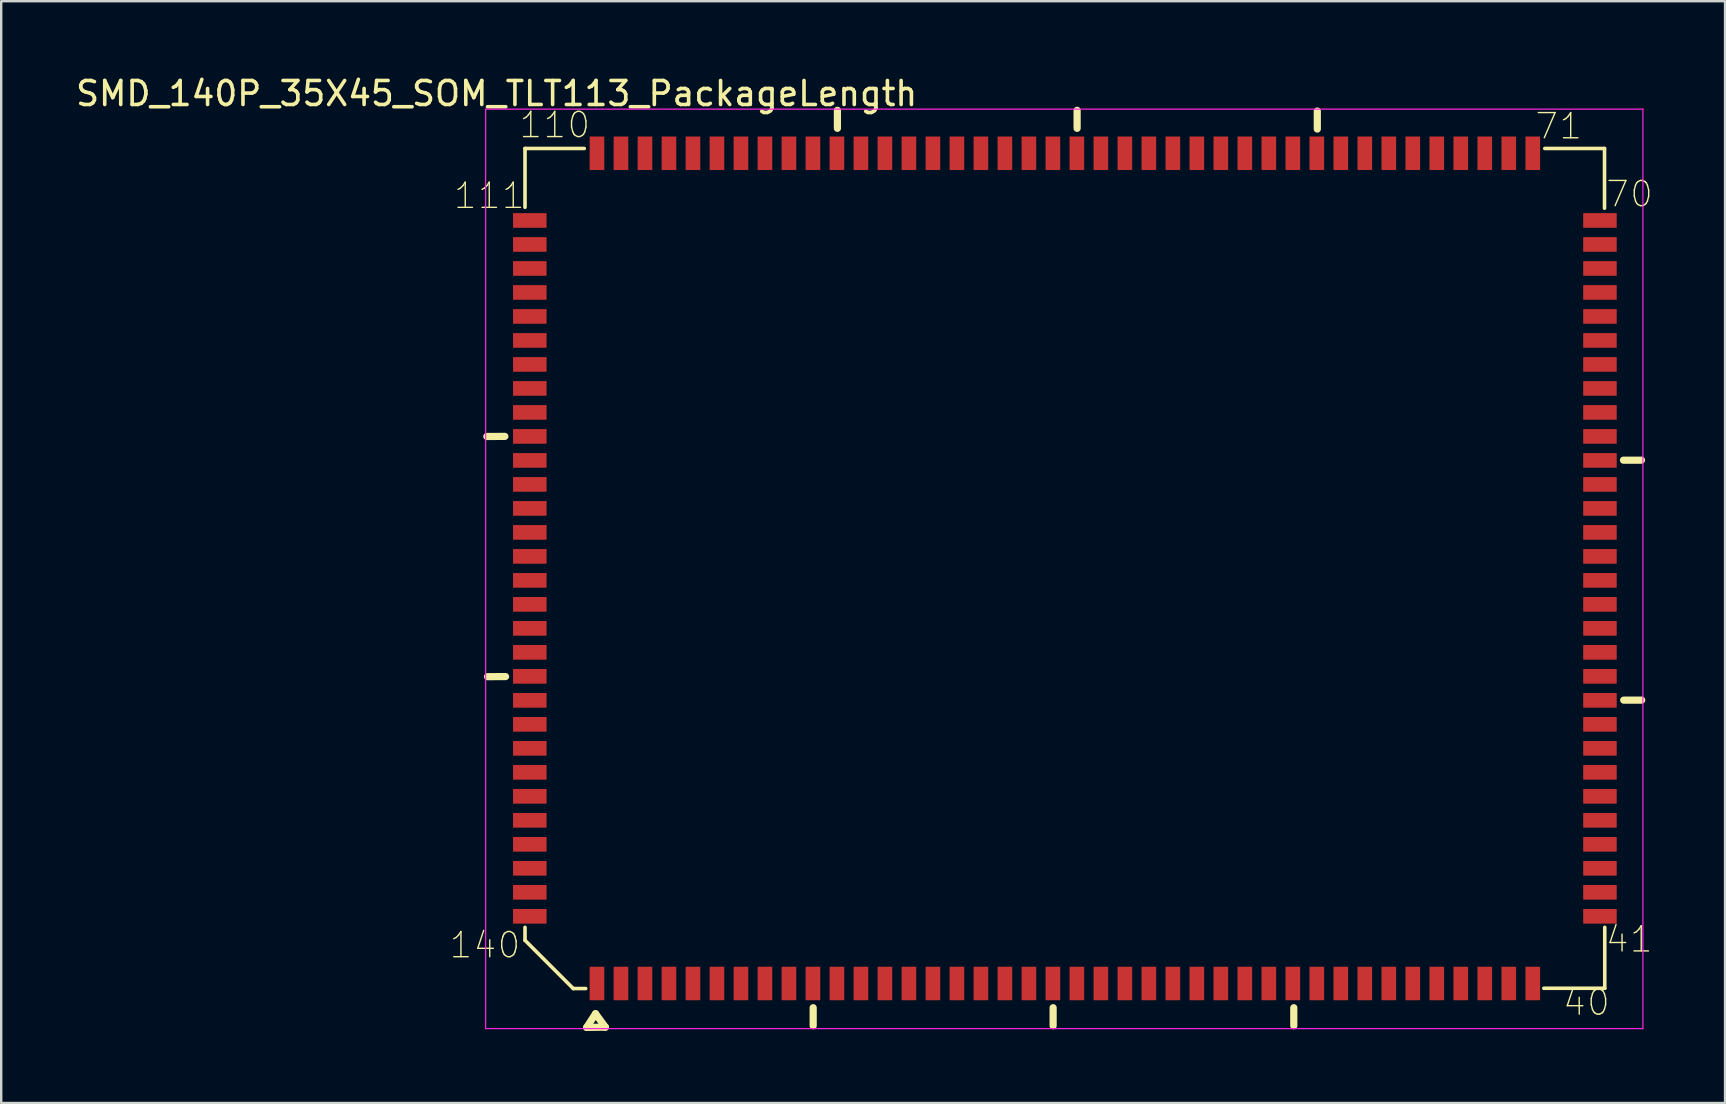
<source format=kicad_pcb>
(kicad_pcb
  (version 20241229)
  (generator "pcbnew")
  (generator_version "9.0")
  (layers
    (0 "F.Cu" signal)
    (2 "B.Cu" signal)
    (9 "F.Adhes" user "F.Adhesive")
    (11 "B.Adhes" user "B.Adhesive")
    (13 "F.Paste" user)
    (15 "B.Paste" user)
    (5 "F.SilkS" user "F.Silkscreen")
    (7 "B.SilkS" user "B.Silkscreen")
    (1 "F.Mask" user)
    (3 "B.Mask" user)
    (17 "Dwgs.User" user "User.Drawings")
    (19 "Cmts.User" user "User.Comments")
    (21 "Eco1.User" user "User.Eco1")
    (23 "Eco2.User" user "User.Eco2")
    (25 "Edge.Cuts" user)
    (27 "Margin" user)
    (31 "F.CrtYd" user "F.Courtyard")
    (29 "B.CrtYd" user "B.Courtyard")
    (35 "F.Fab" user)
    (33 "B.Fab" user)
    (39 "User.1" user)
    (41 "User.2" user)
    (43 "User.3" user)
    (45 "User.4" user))
  (footprint "SMD_140P_35X45_SOM_TLT113_PackageLength"
    (layer "F.Cu")
    (at 41.33 20.638)
    (property "Reference" "SMD_140P_35X45_SOM_TLT113_PackageLength" (at -23.682 -19.789 0) (layer "F.SilkS") (effects (font (size 1 1) (thickness 0.15))))
    (attr through_hole)
    (fp_line (start -24.09 -5.497) (end -23.34 -5.501) (stroke (width 0.3) (type solid)) (layer "F.SilkS"))
    (fp_line (start -24.06 4.513) (end -23.31 4.509) (stroke (width 0.3) (type solid)) (layer "F.SilkS"))
    (fp_line (start -22.5 -17.5) (end -20.03 -17.5) (stroke (width 0.15) (type solid)) (layer "F.SilkS"))
    (fp_line (start -22.5 -15.05) (end -22.5 -17.5) (stroke (width 0.15) (type solid)) (layer "F.SilkS"))
    (fp_line (start -22.5 15.5) (end -22.5 14.96) (stroke (width 0.15) (type solid)) (layer "F.SilkS"))
    (fp_line (start -22.5 15.5) (end -20.49 17.51) (stroke (width 0.15) (type solid)) (layer "F.SilkS"))
    (fp_line (start -20.49 17.51) (end -19.97 17.51) (stroke (width 0.15) (type solid)) (layer "F.SilkS"))
    (fp_line (start -19.93 19.13) (end -19.56 18.56) (stroke (width 0.3) (type solid)) (layer "F.SilkS"))
    (fp_line (start -19.93 19.13) (end -19.15 19.12) (stroke (width 0.3) (type solid)) (layer "F.SilkS"))
    (fp_line (start -19.56 18.56) (end -19.15 19.12) (stroke (width 0.3) (type solid)) (layer "F.SilkS"))
    (fp_line (start -10.49 19.06) (end -10.49 18.31) (stroke (width 0.3) (type solid)) (layer "F.SilkS"))
    (fp_line (start -9.48 -18.34) (end -9.48 -19.09) (stroke (width 0.3) (type solid)) (layer "F.SilkS"))
    (fp_line (start -0.49 19.06) (end -0.49 18.31) (stroke (width 0.3) (type solid)) (layer "F.SilkS"))
    (fp_line (start 0.51 -18.34) (end 0.51 -19.09) (stroke (width 0.3) (type solid)) (layer "F.SilkS"))
    (fp_line (start 9.54 19.06) (end 9.54 18.31) (stroke (width 0.3) (type solid)) (layer "F.SilkS"))
    (fp_line (start 10.52 -18.31) (end 10.52 -19.06) (stroke (width 0.3) (type solid)) (layer "F.SilkS"))
    (fp_line (start 19.96 17.5) (end 22.5 17.5) (stroke (width 0.15) (type solid)) (layer "F.SilkS"))
    (fp_line (start 20 -17.5) (end 22.49 -17.5) (stroke (width 0.15) (type solid)) (layer "F.SilkS"))
    (fp_line (start 22.49 -15.01) (end 22.49 -17.5) (stroke (width 0.15) (type solid)) (layer "F.SilkS"))
    (fp_line (start 22.5 17.5) (end 22.5 14.96) (stroke (width 0.15) (type solid)) (layer "F.SilkS"))
    (fp_line (start 23.28 -4.509) (end 24.03 -4.51) (stroke (width 0.3) (type solid)) (layer "F.SilkS"))
    (fp_line (start 23.29 5.491) (end 24.04 5.49) (stroke (width 0.3) (type solid)) (layer "F.SilkS"))
    (fp_line (start -24.14 -19.14) (end 24.09 -19.14) (stroke (width 0.05) (type solid)) (layer "F.CrtYd"))
    (fp_line (start -24.14 19.18) (end -24.14 -19.14) (stroke (width 0.05) (type solid)) (layer "F.CrtYd"))
    (fp_line (start 24.09 -19.14) (end 24.09 19.18) (stroke (width 0.05) (type solid)) (layer "F.CrtYd"))
    (fp_line (start 24.09 19.18) (end -24.14 19.18) (stroke (width 0.05) (type solid)) (layer "F.CrtYd"))
    (fp_text user "71" (at 20.58 -18.43 0) (layer "F.SilkS") (effects (font (size 1.05 1.05) (thickness 0.058))))
    (fp_text user "41" (at 23.52 15.46 0) (layer "F.SilkS") (effects (font (size 1.05 1.05) (thickness 0.058))))
    (fp_text user "111" (at -23.99 -15.53 0) (layer "F.SilkS") (effects (font (size 1.05 1.05) (thickness 0.058))))
    (fp_text user "140" (at -24.17 15.7 0) (layer "F.SilkS") (effects (font (size 1.05 1.05) (thickness 0.058))))
    (fp_text user "40" (at 21.736 18.094 0) (layer "F.SilkS") (effects (font (size 1.05 1.05) (thickness 0.058))))
    (fp_text user "110" (at -21.26 -18.48 0) (layer "F.SilkS") (effects (font (size 1.05 1.05) (thickness 0.058))))
    (fp_text user "70" (at 23.53 -15.6 0) (layer "F.SilkS") (effects (font (size 1.05 1.05) (thickness 0.058))))
    (pad "1" smd rect (at -19.5 17.3) (size 0.61 1.397) (layers "F.Cu" "F.Mask" "F.Paste"))
    (pad "2" smd rect (at -18.5 17.3) (size 0.61 1.397) (layers "F.Cu" "F.Mask" "F.Paste"))
    (pad "3" smd rect (at -17.5 17.3) (size 0.61 1.397) (layers "F.Cu" "F.Mask" "F.Paste"))
    (pad "4" smd rect (at -16.5 17.3) (size 0.61 1.397) (layers "F.Cu" "F.Mask" "F.Paste"))
    (pad "5" smd rect (at -15.5 17.3) (size 0.61 1.397) (layers "F.Cu" "F.Mask" "F.Paste"))
    (pad "6" smd rect (at -14.5 17.3) (size 0.61 1.397) (layers "F.Cu" "F.Mask" "F.Paste"))
    (pad "7" smd rect (at -13.5 17.3) (size 0.61 1.397) (layers "F.Cu" "F.Mask" "F.Paste"))
    (pad "8" smd rect (at -12.5 17.3) (size 0.61 1.397) (layers "F.Cu" "F.Mask" "F.Paste"))
    (pad "9" smd rect (at -11.5 17.3) (size 0.61 1.397) (layers "F.Cu" "F.Mask" "F.Paste"))
    (pad "10" smd rect (at -10.5 17.3) (size 0.61 1.397) (layers "F.Cu" "F.Mask" "F.Paste"))
    (pad "11" smd rect (at -9.5 17.3) (size 0.61 1.397) (layers "F.Cu" "F.Mask" "F.Paste"))
    (pad "12" smd rect (at -8.5 17.3) (size 0.61 1.397) (layers "F.Cu" "F.Mask" "F.Paste"))
    (pad "13" smd rect (at -7.5 17.3) (size 0.61 1.397) (layers "F.Cu" "F.Mask" "F.Paste"))
    (pad "14" smd rect (at -6.5 17.3) (size 0.61 1.397) (layers "F.Cu" "F.Mask" "F.Paste"))
    (pad "15" smd rect (at -5.5 17.3) (size 0.61 1.397) (layers "F.Cu" "F.Mask" "F.Paste"))
    (pad "16" smd rect (at -4.5 17.3) (size 0.61 1.397) (layers "F.Cu" "F.Mask" "F.Paste"))
    (pad "17" smd rect (at -3.5 17.3) (size 0.61 1.397) (layers "F.Cu" "F.Mask" "F.Paste"))
    (pad "18" smd rect (at -2.5 17.3) (size 0.61 1.397) (layers "F.Cu" "F.Mask" "F.Paste"))
    (pad "19" smd rect (at -1.5 17.3) (size 0.61 1.397) (layers "F.Cu" "F.Mask" "F.Paste"))
    (pad "20" smd rect (at -0.5 17.3) (size 0.61 1.397) (layers "F.Cu" "F.Mask" "F.Paste"))
    (pad "21" smd rect (at 0.5 17.3) (size 0.61 1.397) (layers "F.Cu" "F.Mask" "F.Paste"))
    (pad "22" smd rect (at 1.5 17.3) (size 0.61 1.397) (layers "F.Cu" "F.Mask" "F.Paste"))
    (pad "23" smd rect (at 2.5 17.3) (size 0.61 1.397) (layers "F.Cu" "F.Mask" "F.Paste"))
    (pad "24" smd rect (at 3.5 17.3) (size 0.61 1.397) (layers "F.Cu" "F.Mask" "F.Paste"))
    (pad "25" smd rect (at 4.5 17.3) (size 0.61 1.397) (layers "F.Cu" "F.Mask" "F.Paste"))
    (pad "26" smd rect (at 5.5 17.3) (size 0.61 1.397) (layers "F.Cu" "F.Mask" "F.Paste"))
    (pad "27" smd rect (at 6.5 17.3) (size 0.61 1.397) (layers "F.Cu" "F.Mask" "F.Paste"))
    (pad "28" smd rect (at 7.5 17.3) (size 0.61 1.397) (layers "F.Cu" "F.Mask" "F.Paste"))
    (pad "29" smd rect (at 8.5 17.3) (size 0.61 1.397) (layers "F.Cu" "F.Mask" "F.Paste"))
    (pad "30" smd rect (at 9.5 17.3) (size 0.61 1.397) (layers "F.Cu" "F.Mask" "F.Paste"))
    (pad "31" smd rect (at 10.5 17.3) (size 0.61 1.397) (layers "F.Cu" "F.Mask" "F.Paste"))
    (pad "32" smd rect (at 11.5 17.3) (size 0.61 1.397) (layers "F.Cu" "F.Mask" "F.Paste"))
    (pad "33" smd rect (at 12.5 17.3) (size 0.61 1.397) (layers "F.Cu" "F.Mask" "F.Paste"))
    (pad "34" smd rect (at 13.5 17.3) (size 0.61 1.397) (layers "F.Cu" "F.Mask" "F.Paste"))
    (pad "35" smd rect (at 14.5 17.3) (size 0.61 1.397) (layers "F.Cu" "F.Mask" "F.Paste"))
    (pad "36" smd rect (at 15.5 17.3) (size 0.61 1.397) (layers "F.Cu" "F.Mask" "F.Paste"))
    (pad "37" smd rect (at 16.5 17.3) (size 0.61 1.397) (layers "F.Cu" "F.Mask" "F.Paste"))
    (pad "38" smd rect (at 17.5 17.3) (size 0.61 1.397) (layers "F.Cu" "F.Mask" "F.Paste"))
    (pad "39" smd rect (at 18.5 17.3) (size 0.61 1.397) (layers "F.Cu" "F.Mask" "F.Paste"))
    (pad "40" smd rect (at 19.5 17.3) (size 0.61 1.397) (layers "F.Cu" "F.Mask" "F.Paste"))
    (pad "41" smd rect (at 22.3 14.5) (size 1.397 0.61) (layers "F.Cu" "F.Mask" "F.Paste"))
    (pad "42" smd rect (at 22.3 13.5) (size 1.397 0.61) (layers "F.Cu" "F.Mask" "F.Paste"))
    (pad "43" smd rect (at 22.3 12.5) (size 1.397 0.61) (layers "F.Cu" "F.Mask" "F.Paste"))
    (pad "44" smd rect (at 22.3 11.5) (size 1.397 0.61) (layers "F.Cu" "F.Mask" "F.Paste"))
    (pad "45" smd rect (at 22.3 10.5) (size 1.397 0.61) (layers "F.Cu" "F.Mask" "F.Paste"))
    (pad "46" smd rect (at 22.3 9.5) (size 1.397 0.61) (layers "F.Cu" "F.Mask" "F.Paste"))
    (pad "47" smd rect (at 22.3 8.5) (size 1.397 0.61) (layers "F.Cu" "F.Mask" "F.Paste"))
    (pad "48" smd rect (at 22.3 7.5) (size 1.397 0.61) (layers "F.Cu" "F.Mask" "F.Paste"))
    (pad "49" smd rect (at 22.3 6.5) (size 1.397 0.61) (layers "F.Cu" "F.Mask" "F.Paste"))
    (pad "50" smd rect (at 22.3 5.5) (size 1.397 0.61) (layers "F.Cu" "F.Mask" "F.Paste"))
    (pad "51" smd rect (at 22.3 4.5) (size 1.397 0.61) (layers "F.Cu" "F.Mask" "F.Paste"))
    (pad "52" smd rect (at 22.3 3.5) (size 1.397 0.61) (layers "F.Cu" "F.Mask" "F.Paste"))
    (pad "53" smd rect (at 22.3 2.5) (size 1.397 0.61) (layers "F.Cu" "F.Mask" "F.Paste"))
    (pad "54" smd rect (at 22.3 1.5) (size 1.397 0.61) (layers "F.Cu" "F.Mask" "F.Paste"))
    (pad "55" smd rect (at 22.3 0.5) (size 1.397 0.61) (layers "F.Cu" "F.Mask" "F.Paste"))
    (pad "56" smd rect (at 22.3 -0.5) (size 1.397 0.61) (layers "F.Cu" "F.Mask" "F.Paste"))
    (pad "57" smd rect (at 22.3 -1.5) (size 1.397 0.61) (layers "F.Cu" "F.Mask" "F.Paste"))
    (pad "58" smd rect (at 22.3 -2.5) (size 1.397 0.61) (layers "F.Cu" "F.Mask" "F.Paste"))
    (pad "59" smd rect (at 22.3 -3.5) (size 1.397 0.61) (layers "F.Cu" "F.Mask" "F.Paste"))
    (pad "60" smd rect (at 22.3 -4.5) (size 1.397 0.61) (layers "F.Cu" "F.Mask" "F.Paste"))
    (pad "61" smd rect (at 22.3 -5.5) (size 1.397 0.61) (layers "F.Cu" "F.Mask" "F.Paste"))
    (pad "62" smd rect (at 22.3 -6.5) (size 1.397 0.61) (layers "F.Cu" "F.Mask" "F.Paste"))
    (pad "63" smd rect (at 22.3 -7.5) (size 1.397 0.61) (layers "F.Cu" "F.Mask" "F.Paste"))
    (pad "64" smd rect (at 22.3 -8.5) (size 1.397 0.61) (layers "F.Cu" "F.Mask" "F.Paste"))
    (pad "65" smd rect (at 22.3 -9.5) (size 1.397 0.61) (layers "F.Cu" "F.Mask" "F.Paste"))
    (pad "66" smd rect (at 22.3 -10.5) (size 1.397 0.61) (layers "F.Cu" "F.Mask" "F.Paste"))
    (pad "67" smd rect (at 22.3 -11.5) (size 1.397 0.61) (layers "F.Cu" "F.Mask" "F.Paste"))
    (pad "68" smd rect (at 22.3 -12.5) (size 1.397 0.61) (layers "F.Cu" "F.Mask" "F.Paste"))
    (pad "69" smd rect (at 22.3 -13.5) (size 1.397 0.61) (layers "F.Cu" "F.Mask" "F.Paste"))
    (pad "70" smd rect (at 22.3 -14.5) (size 1.397 0.61) (layers "F.Cu" "F.Mask" "F.Paste"))
    (pad "71" smd rect (at 19.5 -17.3) (size 0.61 1.397) (layers "F.Cu" "F.Mask" "F.Paste"))
    (pad "72" smd rect (at 18.5 -17.3) (size 0.61 1.397) (layers "F.Cu" "F.Mask" "F.Paste"))
    (pad "73" smd rect (at 17.5 -17.3) (size 0.61 1.397) (layers "F.Cu" "F.Mask" "F.Paste"))
    (pad "74" smd rect (at 16.5 -17.3) (size 0.61 1.397) (layers "F.Cu" "F.Mask" "F.Paste"))
    (pad "75" smd rect (at 15.5 -17.3) (size 0.61 1.397) (layers "F.Cu" "F.Mask" "F.Paste"))
    (pad "76" smd rect (at 14.5 -17.3) (size 0.61 1.397) (layers "F.Cu" "F.Mask" "F.Paste"))
    (pad "77" smd rect (at 13.5 -17.3) (size 0.61 1.397) (layers "F.Cu" "F.Mask" "F.Paste"))
    (pad "78" smd rect (at 12.5 -17.3) (size 0.61 1.397) (layers "F.Cu" "F.Mask" "F.Paste"))
    (pad "79" smd rect (at 11.5 -17.3) (size 0.61 1.397) (layers "F.Cu" "F.Mask" "F.Paste"))
    (pad "80" smd rect (at 10.5 -17.3) (size 0.61 1.397) (layers "F.Cu" "F.Mask" "F.Paste"))
    (pad "81" smd rect (at 9.5 -17.3) (size 0.61 1.397) (layers "F.Cu" "F.Mask" "F.Paste"))
    (pad "82" smd rect (at 8.5 -17.3) (size 0.61 1.397) (layers "F.Cu" "F.Mask" "F.Paste"))
    (pad "83" smd rect (at 7.5 -17.3) (size 0.61 1.397) (layers "F.Cu" "F.Mask" "F.Paste"))
    (pad "84" smd rect (at 6.5 -17.3) (size 0.61 1.397) (layers "F.Cu" "F.Mask" "F.Paste"))
    (pad "85" smd rect (at 5.5 -17.3) (size 0.61 1.397) (layers "F.Cu" "F.Mask" "F.Paste"))
    (pad "86" smd rect (at 4.5 -17.3) (size 0.61 1.397) (layers "F.Cu" "F.Mask" "F.Paste"))
    (pad "87" smd rect (at 3.5 -17.3) (size 0.61 1.397) (layers "F.Cu" "F.Mask" "F.Paste"))
    (pad "88" smd rect (at 2.5 -17.3) (size 0.61 1.397) (layers "F.Cu" "F.Mask" "F.Paste"))
    (pad "89" smd rect (at 1.5 -17.3) (size 0.61 1.397) (layers "F.Cu" "F.Mask" "F.Paste"))
    (pad "90" smd rect (at 0.5 -17.3) (size 0.61 1.397) (layers "F.Cu" "F.Mask" "F.Paste"))
    (pad "91" smd rect (at -0.5 -17.3) (size 0.61 1.397) (layers "F.Cu" "F.Mask" "F.Paste"))
    (pad "92" smd rect (at -1.5 -17.3) (size 0.61 1.397) (layers "F.Cu" "F.Mask" "F.Paste"))
    (pad "93" smd rect (at -2.5 -17.3) (size 0.61 1.397) (layers "F.Cu" "F.Mask" "F.Paste"))
    (pad "94" smd rect (at -3.5 -17.3) (size 0.61 1.397) (layers "F.Cu" "F.Mask" "F.Paste"))
    (pad "95" smd rect (at -4.5 -17.3) (size 0.61 1.397) (layers "F.Cu" "F.Mask" "F.Paste"))
    (pad "96" smd rect (at -5.5 -17.3) (size 0.61 1.397) (layers "F.Cu" "F.Mask" "F.Paste"))
    (pad "97" smd rect (at -6.5 -17.3) (size 0.61 1.397) (layers "F.Cu" "F.Mask" "F.Paste"))
    (pad "98" smd rect (at -7.5 -17.3) (size 0.61 1.397) (layers "F.Cu" "F.Mask" "F.Paste"))
    (pad "99" smd rect (at -8.5 -17.3) (size 0.61 1.397) (layers "F.Cu" "F.Mask" "F.Paste"))
    (pad "100" smd rect (at -9.5 -17.3) (size 0.61 1.397) (layers "F.Cu" "F.Mask" "F.Paste"))
    (pad "101" smd rect (at -10.5 -17.3) (size 0.61 1.397) (layers "F.Cu" "F.Mask" "F.Paste"))
    (pad "102" smd rect (at -11.5 -17.3) (size 0.61 1.397) (layers "F.Cu" "F.Mask" "F.Paste"))
    (pad "103" smd rect (at -12.5 -17.3) (size 0.61 1.397) (layers "F.Cu" "F.Mask" "F.Paste"))
    (pad "104" smd rect (at -13.5 -17.3) (size 0.61 1.397) (layers "F.Cu" "F.Mask" "F.Paste"))
    (pad "105" smd rect (at -14.5 -17.3) (size 0.61 1.397) (layers "F.Cu" "F.Mask" "F.Paste"))
    (pad "106" smd rect (at -15.5 -17.3) (size 0.61 1.397) (layers "F.Cu" "F.Mask" "F.Paste"))
    (pad "107" smd rect (at -16.5 -17.3) (size 0.61 1.397) (layers "F.Cu" "F.Mask" "F.Paste"))
    (pad "108" smd rect (at -17.5 -17.3) (size 0.61 1.397) (layers "F.Cu" "F.Mask" "F.Paste"))
    (pad "109" smd rect (at -18.5 -17.3) (size 0.61 1.397) (layers "F.Cu" "F.Mask" "F.Paste"))
    (pad "110" smd rect (at -19.5 -17.3) (size 0.61 1.397) (layers "F.Cu" "F.Mask" "F.Paste"))
    (pad "111" smd rect (at -22.3 -14.5) (size 1.397 0.61) (layers "F.Cu" "F.Mask" "F.Paste"))
    (pad "112" smd rect (at -22.3 -13.5) (size 1.397 0.61) (layers "F.Cu" "F.Mask" "F.Paste"))
    (pad "113" smd rect (at -22.3 -12.5) (size 1.397 0.61) (layers "F.Cu" "F.Mask" "F.Paste"))
    (pad "114" smd rect (at -22.3 -11.5) (size 1.397 0.61) (layers "F.Cu" "F.Mask" "F.Paste"))
    (pad "115" smd rect (at -22.3 -10.5) (size 1.397 0.61) (layers "F.Cu" "F.Mask" "F.Paste"))
    (pad "116" smd rect (at -22.3 -9.5) (size 1.397 0.61) (layers "F.Cu" "F.Mask" "F.Paste"))
    (pad "117" smd rect (at -22.3 -8.5) (size 1.397 0.61) (layers "F.Cu" "F.Mask" "F.Paste"))
    (pad "118" smd rect (at -22.3 -7.5) (size 1.397 0.61) (layers "F.Cu" "F.Mask" "F.Paste"))
    (pad "119" smd rect (at -22.3 -6.5) (size 1.397 0.61) (layers "F.Cu" "F.Mask" "F.Paste"))
    (pad "120" smd rect (at -22.3 -5.5) (size 1.397 0.61) (layers "F.Cu" "F.Mask" "F.Paste"))
    (pad "121" smd rect (at -22.3 -4.5) (size 1.397 0.61) (layers "F.Cu" "F.Mask" "F.Paste"))
    (pad "122" smd rect (at -22.3 -3.5) (size 1.397 0.61) (layers "F.Cu" "F.Mask" "F.Paste"))
    (pad "123" smd rect (at -22.3 -2.5) (size 1.397 0.61) (layers "F.Cu" "F.Mask" "F.Paste"))
    (pad "124" smd rect (at -22.3 -1.5) (size 1.397 0.61) (layers "F.Cu" "F.Mask" "F.Paste"))
    (pad "125" smd rect (at -22.3 -0.5) (size 1.397 0.61) (layers "F.Cu" "F.Mask" "F.Paste"))
    (pad "126" smd rect (at -22.3 0.5) (size 1.397 0.61) (layers "F.Cu" "F.Mask" "F.Paste"))
    (pad "127" smd rect (at -22.3 1.5) (size 1.397 0.61) (layers "F.Cu" "F.Mask" "F.Paste"))
    (pad "128" smd rect (at -22.3 2.5) (size 1.397 0.61) (layers "F.Cu" "F.Mask" "F.Paste"))
    (pad "129" smd rect (at -22.3 3.5) (size 1.397 0.61) (layers "F.Cu" "F.Mask" "F.Paste"))
    (pad "130" smd rect (at -22.3 4.5) (size 1.397 0.61) (layers "F.Cu" "F.Mask" "F.Paste"))
    (pad "131" smd rect (at -22.3 5.5) (size 1.397 0.61) (layers "F.Cu" "F.Mask" "F.Paste"))
    (pad "132" smd rect (at -22.3 6.5) (size 1.397 0.61) (layers "F.Cu" "F.Mask" "F.Paste"))
    (pad "133" smd rect (at -22.3 7.5) (size 1.397 0.61) (layers "F.Cu" "F.Mask" "F.Paste"))
    (pad "134" smd rect (at -22.3 8.5) (size 1.397 0.61) (layers "F.Cu" "F.Mask" "F.Paste"))
    (pad "135" smd rect (at -22.3 9.5) (size 1.397 0.61) (layers "F.Cu" "F.Mask" "F.Paste"))
    (pad "136" smd rect (at -22.3 10.5) (size 1.397 0.61) (layers "F.Cu" "F.Mask" "F.Paste"))
    (pad "137" smd rect (at -22.3 11.5) (size 1.397 0.61) (layers "F.Cu" "F.Mask" "F.Paste"))
    (pad "138" smd rect (at -22.3 12.5) (size 1.397 0.61) (layers "F.Cu" "F.Mask" "F.Paste"))
    (pad "139" smd rect (at -22.3 13.5) (size 1.397 0.61) (layers "F.Cu" "F.Mask" "F.Paste"))
    (pad "140" smd rect (at -22.3 14.5) (size 1.397 0.61) (layers "F.Cu" "F.Mask" "F.Paste")))
  (gr_rect
    (start -3 -3)
    (end 68.843 42.918)
    (stroke (width 0.1) (type default))
    (fill no)
    (layer "Edge.Cuts")))
</source>
